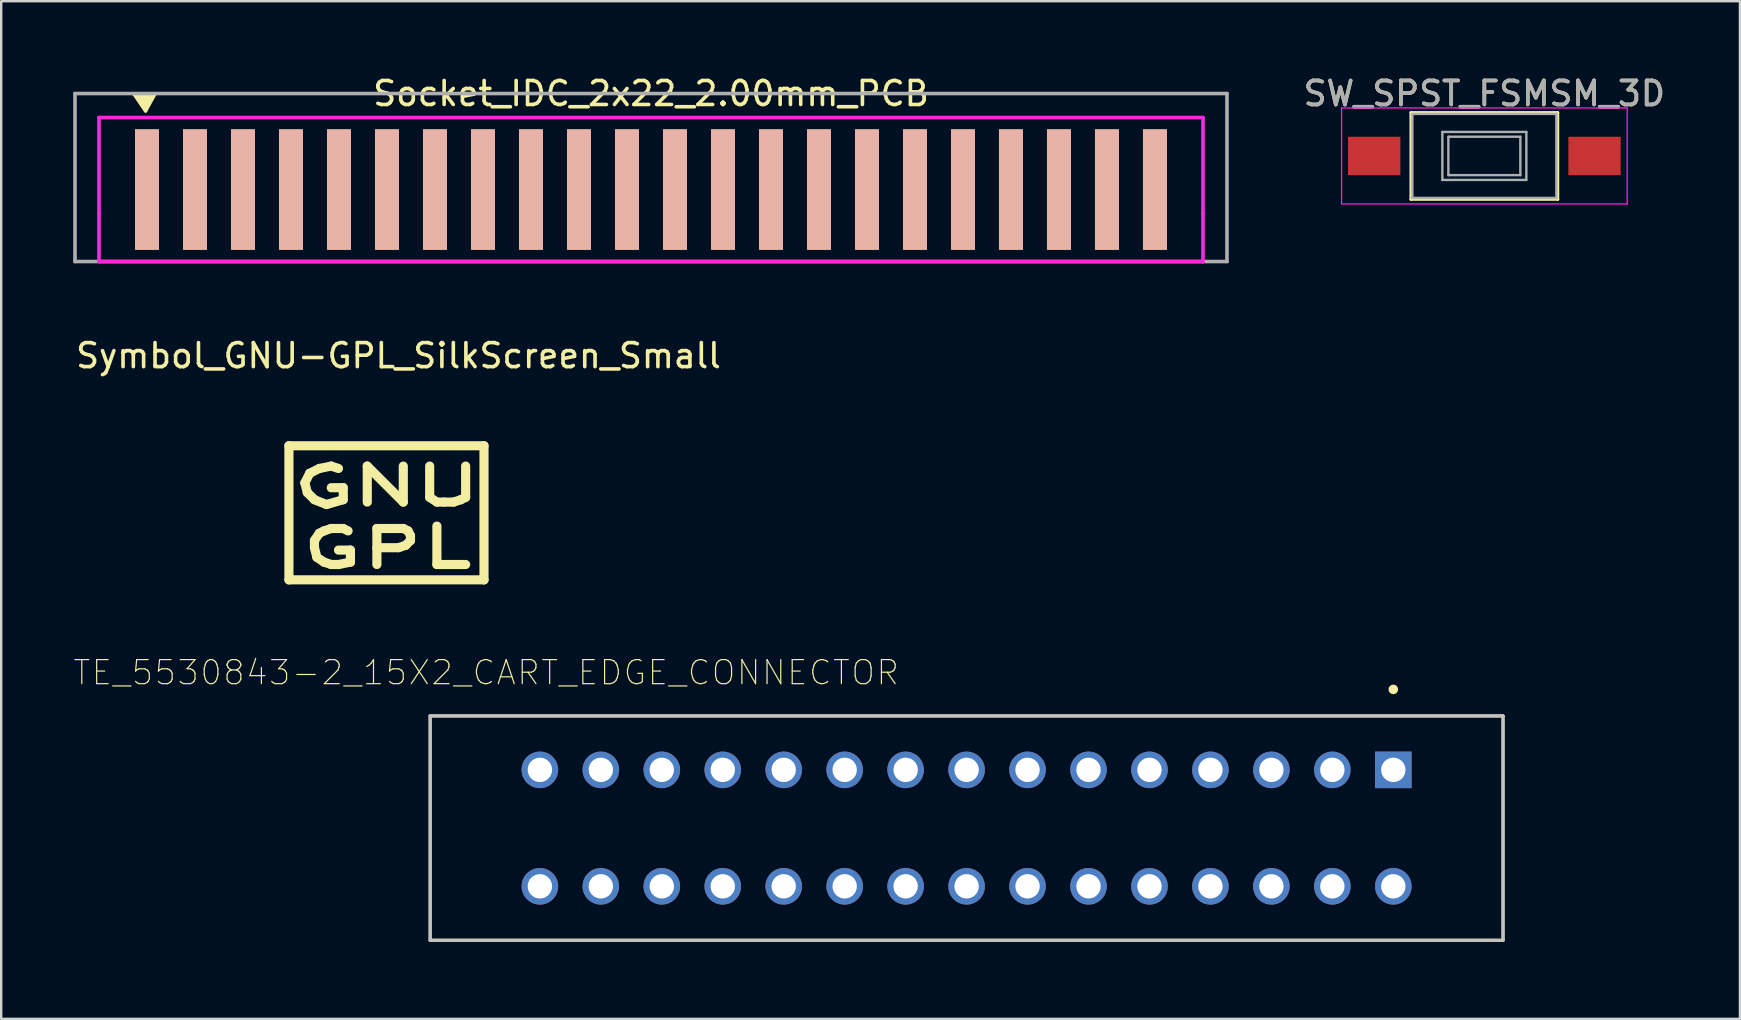
<source format=kicad_pcb>
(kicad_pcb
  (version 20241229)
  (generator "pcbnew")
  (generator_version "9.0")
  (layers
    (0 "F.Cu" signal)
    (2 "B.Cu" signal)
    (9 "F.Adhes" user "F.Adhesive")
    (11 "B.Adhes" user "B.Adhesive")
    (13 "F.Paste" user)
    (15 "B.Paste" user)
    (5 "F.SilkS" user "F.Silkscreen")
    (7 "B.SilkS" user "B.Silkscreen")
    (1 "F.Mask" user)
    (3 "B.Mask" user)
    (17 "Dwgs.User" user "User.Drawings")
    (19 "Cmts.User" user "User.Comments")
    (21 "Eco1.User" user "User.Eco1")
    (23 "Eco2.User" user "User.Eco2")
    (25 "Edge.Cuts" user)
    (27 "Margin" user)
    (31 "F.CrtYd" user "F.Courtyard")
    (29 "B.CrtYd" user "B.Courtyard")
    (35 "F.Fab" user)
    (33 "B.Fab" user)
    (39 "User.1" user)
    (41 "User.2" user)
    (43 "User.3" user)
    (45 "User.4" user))
  (footprint "SW_SPST_FSMSM_3D"
    (layer "F.Cu")
    (at 58.799 3.448)
    (property "Reference" "SW_SPST_FSMSM_3D" (at 0 -2.6 0) (layer "F.SilkS") (effects (font (size 1 1) (thickness 0.15))))
    (attr smd)
    (fp_line (start -3.06 -1.81) (end 3.06 -1.81) (stroke (width 0.12) (type solid)) (layer "F.SilkS"))
    (fp_line (start -3.06 1.81) (end -3.06 -1.81) (stroke (width 0.12) (type solid)) (layer "F.SilkS"))
    (fp_line (start 3.06 -1.81) (end 3.06 1.81) (stroke (width 0.12) (type solid)) (layer "F.SilkS"))
    (fp_line (start 3.06 1.81) (end -3.06 1.81) (stroke (width 0.12) (type solid)) (layer "F.SilkS"))
    (fp_line (start -5.95 -2) (end -5.95 2) (stroke (width 0.05) (type solid)) (layer "F.CrtYd"))
    (fp_line (start -5.95 -2) (end 5.95 -2) (stroke (width 0.05) (type solid)) (layer "F.CrtYd"))
    (fp_line (start -5.95 2) (end 5.95 2) (stroke (width 0.05) (type solid)) (layer "F.CrtYd"))
    (fp_line (start 5.95 -2) (end 5.95 2) (stroke (width 0.05) (type solid)) (layer "F.CrtYd"))
    (fp_line (start -3 -1.75) (end -3 1.75) (stroke (width 0.1) (type solid)) (layer "F.Fab"))
    (fp_line (start -3 -1.75) (end 3 -1.75) (stroke (width 0.1) (type solid)) (layer "F.Fab"))
    (fp_line (start -3 1.75) (end 3 1.75) (stroke (width 0.1) (type solid)) (layer "F.Fab"))
    (fp_line (start -1.75 -1) (end 1.75 -1) (stroke (width 0.1) (type solid)) (layer "F.Fab"))
    (fp_line (start -1.75 1) (end -1.75 -1) (stroke (width 0.1) (type solid)) (layer "F.Fab"))
    (fp_line (start -1.5 -0.8) (end -1.5 0.8) (stroke (width 0.1) (type solid)) (layer "F.Fab"))
    (fp_line (start -1.5 -0.8) (end 1.5 -0.8) (stroke (width 0.1) (type solid)) (layer "F.Fab"))
    (fp_line (start -1.5 0.8) (end 1.5 0.8) (stroke (width 0.1) (type solid)) (layer "F.Fab"))
    (fp_line (start 1.5 -0.8) (end 1.5 0.8) (stroke (width 0.1) (type solid)) (layer "F.Fab"))
    (fp_line (start 1.75 -1) (end 1.75 1) (stroke (width 0.1) (type solid)) (layer "F.Fab"))
    (fp_line (start 1.75 1) (end -1.75 1) (stroke (width 0.1) (type solid)) (layer "F.Fab"))
    (fp_line (start 3 -1.75) (end 3 1.75) (stroke (width 0.1) (type solid)) (layer "F.Fab"))
    (fp_text user "${REFERENCE}" (at 0 -2.6 0) (layer "F.Fab") (effects (font (size 1 1) (thickness 0.15))))
    (pad "1" smd rect (at -4.59 0) (size 2.18 1.6) (layers "F.Cu" "F.Mask" "F.Paste"))
    (pad "2" smd rect (at 4.59 0) (size 2.18 1.6) (layers "F.Cu" "F.Mask" "F.Paste")))
  (footprint "Socket_IDC_2x22_2.00mm_PCB"
    (layer "F.Cu")
    (at 24.075 5.848)
    (property "Reference" "Socket_IDC_2x22_2.00mm_PCB" (at 0 -5 0) (layer "F.SilkS") (effects (font (size 1 1) (thickness 0.15))))
    (attr through_hole)
    (fp_line (start -21.53 -4.97) (end -20.68 -4.97) (stroke (width 0.15) (type solid)) (layer "F.SilkS"))
    (fp_line (start -21.36 -4.89) (end -21.07 -4.49) (stroke (width 0.15) (type solid)) (layer "F.SilkS"))
    (fp_line (start -21.22 -4.88) (end -21.05 -4.69) (stroke (width 0.15) (type solid)) (layer "F.SilkS"))
    (fp_line (start -21.07 -4.49) (end -20.86 -4.86) (stroke (width 0.15) (type solid)) (layer "F.SilkS"))
    (fp_line (start -21.06 -4.28) (end -21.53 -4.97) (stroke (width 0.15) (type solid)) (layer "F.SilkS"))
    (fp_line (start -21.05 -4.69) (end -21.03 -4.78) (stroke (width 0.15) (type solid)) (layer "F.SilkS"))
    (fp_line (start -20.86 -4.86) (end -21.22 -4.88) (stroke (width 0.15) (type solid)) (layer "F.SilkS"))
    (fp_line (start -20.68 -4.97) (end -21.06 -4.28) (stroke (width 0.15) (type solid)) (layer "F.SilkS"))
    (fp_line (start -23 -4) (end 23 -4) (stroke (width 0.15) (type solid)) (layer "F.CrtYd"))
    (fp_line (start -23 0) (end -23 -4) (stroke (width 0.15) (type solid)) (layer "F.CrtYd"))
    (fp_line (start -23 0) (end -23 2) (stroke (width 0.15) (type solid)) (layer "F.CrtYd"))
    (fp_line (start -23 2) (end 23 2) (stroke (width 0.15) (type solid)) (layer "F.CrtYd"))
    (fp_line (start 23 -4) (end 23 0) (stroke (width 0.15) (type solid)) (layer "F.CrtYd"))
    (fp_line (start 23 2) (end 23 0) (stroke (width 0.15) (type solid)) (layer "F.CrtYd"))
    (fp_line (start -24 -5) (end 24 -5) (stroke (width 0.15) (type solid)) (layer "F.Fab"))
    (fp_line (start -24 2) (end -24 -5) (stroke (width 0.15) (type solid)) (layer "F.Fab"))
    (fp_line (start 24 -5) (end 24 2) (stroke (width 0.15) (type solid)) (layer "F.Fab"))
    (fp_line (start 24 2) (end -24 2) (stroke (width 0.15) (type solid)) (layer "F.Fab"))
    (pad "1" connect rect (at -21 -1) (size 1 5) (layers "F.Cu" "F.Mask" "F.SilkS"))
    (pad "2" connect rect (at -21 -1) (size 1 5) (layers "B.Cu" "B.Mask" "B.SilkS"))
    (pad "3" connect rect (at -19 -1) (size 1 5) (layers "F.Cu" "F.Mask" "F.SilkS"))
    (pad "4" connect rect (at -19 -1) (size 1 5) (layers "B.Cu" "B.Mask" "B.SilkS"))
    (pad "5" connect rect (at -17 -1) (size 1 5) (layers "F.Cu" "F.Mask" "F.SilkS"))
    (pad "6" connect rect (at -17 -1) (size 1 5) (layers "B.Cu" "B.Mask" "B.SilkS"))
    (pad "7" connect rect (at -15 -1) (size 1 5) (layers "F.Cu" "F.Mask" "F.SilkS"))
    (pad "8" connect rect (at -15 -1) (size 1 5) (layers "B.Cu" "B.Mask" "B.SilkS"))
    (pad "9" connect rect (at -13 -1) (size 1 5) (layers "F.Cu" "F.Mask" "F.SilkS"))
    (pad "10" connect rect (at -13 -1) (size 1 5) (layers "B.Cu" "B.Mask" "B.SilkS"))
    (pad "11" connect rect (at -11 -1) (size 1 5) (layers "F.Cu" "F.Mask" "F.SilkS"))
    (pad "12" connect rect (at -11 -1) (size 1 5) (layers "B.Cu" "B.Mask" "B.SilkS"))
    (pad "13" connect rect (at -9 -1) (size 1 5) (layers "F.Cu" "F.Mask" "F.SilkS"))
    (pad "14" connect rect (at -9 -1) (size 1 5) (layers "B.Cu" "B.Mask" "B.SilkS"))
    (pad "15" connect rect (at -7 -1) (size 1 5) (layers "F.Cu" "F.Mask" "F.SilkS"))
    (pad "16" connect rect (at -7 -1) (size 1 5) (layers "B.Cu" "B.Mask" "B.SilkS"))
    (pad "17" connect rect (at -5 -1) (size 1 5) (layers "F.Cu" "F.Mask" "F.SilkS"))
    (pad "18" connect rect (at -5 -1) (size 1 5) (layers "B.Cu" "B.Mask" "B.SilkS"))
    (pad "19" connect rect (at -3 -1) (size 1 5) (layers "F.Cu" "F.Mask" "F.SilkS"))
    (pad "20" connect rect (at -3 -1) (size 1 5) (layers "B.Cu" "B.Mask" "B.SilkS"))
    (pad "21" connect rect (at -1 -1) (size 1 5) (layers "F.Cu" "F.Mask" "F.SilkS"))
    (pad "22" connect rect (at -1 -1) (size 1 5) (layers "B.Cu" "B.Mask" "B.SilkS"))
    (pad "23" connect rect (at 1 -1) (size 1 5) (layers "F.Cu" "F.Mask" "F.SilkS"))
    (pad "24" connect rect (at 1 -1) (size 1 5) (layers "B.Cu" "B.Mask" "B.SilkS"))
    (pad "25" connect rect (at 3 -1) (size 1 5) (layers "F.Cu" "F.Mask" "F.SilkS"))
    (pad "26" connect rect (at 3 -1) (size 1 5) (layers "B.Cu" "B.Mask" "B.SilkS"))
    (pad "27" connect rect (at 5 -1) (size 1 5) (layers "F.Cu" "F.Mask" "F.SilkS"))
    (pad "28" connect rect (at 5 -1) (size 1 5) (layers "B.Cu" "B.Mask" "B.SilkS"))
    (pad "29" connect rect (at 7 -1) (size 1 5) (layers "F.Cu" "F.Mask" "F.SilkS"))
    (pad "30" connect rect (at 7 -1) (size 1 5) (layers "B.Cu" "B.Mask" "B.SilkS"))
    (pad "31" connect rect (at 9 -1) (size 1 5) (layers "F.Cu" "F.Mask" "F.SilkS"))
    (pad "32" connect rect (at 9 -1) (size 1 5) (layers "B.Cu" "B.Mask" "B.SilkS"))
    (pad "33" connect rect (at 11 -1) (size 1 5) (layers "F.Cu" "F.Mask" "F.SilkS"))
    (pad "34" connect rect (at 11 -1) (size 1 5) (layers "B.Cu" "B.Mask" "B.SilkS"))
    (pad "35" connect rect (at 13 -1) (size 1 5) (layers "F.Cu" "F.Mask" "F.SilkS"))
    (pad "36" connect rect (at 13 -1) (size 1 5) (layers "B.Cu" "B.Mask" "B.SilkS"))
    (pad "37" connect rect (at 15 -1) (size 1 5) (layers "F.Cu" "F.Mask" "F.SilkS"))
    (pad "38" connect rect (at 15 -1) (size 1 5) (layers "B.Cu" "B.Mask" "B.SilkS"))
    (pad "39" connect rect (at 17 -1) (size 1 5) (layers "F.Cu" "F.Mask" "F.SilkS"))
    (pad "40" connect rect (at 17 -1) (size 1 5) (layers "B.Cu" "B.Mask" "B.SilkS"))
    (pad "41" connect rect (at 19 -1) (size 1 5) (layers "F.Cu" "F.Mask" "F.SilkS"))
    (pad "42" connect rect (at 19 -1) (size 1 5) (layers "B.Cu" "B.Mask" "B.SilkS"))
    (pad "43" connect rect (at 21 -1) (size 1 5) (layers "F.Cu" "F.Mask" "F.SilkS"))
    (pad "44" connect rect (at 21 -1) (size 1 5) (layers "B.Cu" "B.Mask" "B.SilkS")))
  (footprint "Symbol_GNU-GPL_SilkScreen_Small"
    (layer "F.Cu")
    (at 13.053 18.571)
    (property "Reference" "Symbol_GNU-GPL_SilkScreen_Small" (at 0.5 -6.8 0) (layer "F.SilkS") (effects (font (size 1 1) (thickness 0.15))))
    (attr through_hole)
    (fp_line (start -4.064 -3.048) (end 4.064 -3.048) (stroke (width 0.381) (type solid)) (layer "F.SilkS"))
    (fp_line (start -4.064 2.54) (end -4.064 -3.048) (stroke (width 0.381) (type solid)) (layer "F.SilkS"))
    (fp_line (start -3.401 -1.501) (end -3.299 -1.1) (stroke (width 0.381) (type solid)) (layer "F.SilkS"))
    (fp_line (start -3.299 -1.1) (end -3 -0.8) (stroke (width 0.381) (type solid)) (layer "F.SilkS"))
    (fp_line (start -3.2 -1.9) (end -3.401 -1.501) (stroke (width 0.381) (type solid)) (layer "F.SilkS"))
    (fp_line (start -3 -0.8) (end -2.499 -0.599) (stroke (width 0.381) (type solid)) (layer "F.SilkS"))
    (fp_line (start -3 0.899) (end -3 1.199) (stroke (width 0.381) (type solid)) (layer "F.SilkS"))
    (fp_line (start -3 1.199) (end -2.901 1.6) (stroke (width 0.381) (type solid)) (layer "F.SilkS"))
    (fp_line (start -2.901 1.6) (end -2.601 1.801) (stroke (width 0.381) (type solid)) (layer "F.SilkS"))
    (fp_line (start -2.799 -2.101) (end -3.2 -1.9) (stroke (width 0.381) (type solid)) (layer "F.SilkS"))
    (fp_line (start -2.799 0.599) (end -3 0.899) (stroke (width 0.381) (type solid)) (layer "F.SilkS"))
    (fp_line (start -2.601 0.5) (end -2.799 0.599) (stroke (width 0.381) (type solid)) (layer "F.SilkS"))
    (fp_line (start -2.601 1.801) (end -2.301 1.9) (stroke (width 0.381) (type solid)) (layer "F.SilkS"))
    (fp_line (start -2.499 -0.599) (end -1.801 -0.8) (stroke (width 0.381) (type solid)) (layer "F.SilkS"))
    (fp_line (start -2.301 -2.2) (end -2.799 -2.101) (stroke (width 0.381) (type solid)) (layer "F.SilkS"))
    (fp_line (start -2.301 0.399) (end -2.601 0.5) (stroke (width 0.381) (type solid)) (layer "F.SilkS"))
    (fp_line (start -2.301 1.9) (end -1.999 1.9) (stroke (width 0.381) (type solid)) (layer "F.SilkS"))
    (fp_line (start -1.999 -2.101) (end -2.301 -2.2) (stroke (width 0.381) (type solid)) (layer "F.SilkS"))
    (fp_line (start -1.999 1.9) (end -1.501 1.801) (stroke (width 0.381) (type solid)) (layer "F.SilkS"))
    (fp_line (start -1.801 -1.3) (end -2.301 -1.3) (stroke (width 0.381) (type solid)) (layer "F.SilkS"))
    (fp_line (start -1.801 -0.8) (end -1.801 -1.3) (stroke (width 0.381) (type solid)) (layer "F.SilkS"))
    (fp_line (start -1.801 0.399) (end -2.301 0.399) (stroke (width 0.381) (type solid)) (layer "F.SilkS"))
    (fp_line (start -1.6 0.5) (end -1.801 0.399) (stroke (width 0.381) (type solid)) (layer "F.SilkS"))
    (fp_line (start -1.501 1.3) (end -1.999 1.3) (stroke (width 0.381) (type solid)) (layer "F.SilkS"))
    (fp_line (start -1.501 1.801) (end -1.501 1.3) (stroke (width 0.381) (type solid)) (layer "F.SilkS"))
    (fp_line (start -0.8 -2.2) (end 0.701 -0.701) (stroke (width 0.381) (type solid)) (layer "F.SilkS"))
    (fp_line (start -0.8 -0.701) (end -0.8 -2.2) (stroke (width 0.381) (type solid)) (layer "F.SilkS"))
    (fp_line (start -0.399 0.399) (end 0.5 0.399) (stroke (width 0.381) (type solid)) (layer "F.SilkS"))
    (fp_line (start -0.399 1.9) (end -0.399 0.399) (stroke (width 0.381) (type solid)) (layer "F.SilkS"))
    (fp_line (start 0.5 0.399) (end 0.701 0.399) (stroke (width 0.381) (type solid)) (layer "F.SilkS"))
    (fp_line (start 0.5 1.199) (end -0.399 1.199) (stroke (width 0.381) (type solid)) (layer "F.SilkS"))
    (fp_line (start 0.701 -0.701) (end 0.701 -2.2) (stroke (width 0.381) (type solid)) (layer "F.SilkS"))
    (fp_line (start 0.701 0.399) (end 0.899 0.5) (stroke (width 0.381) (type solid)) (layer "F.SilkS"))
    (fp_line (start 0.8 1.1) (end 0.5 1.199) (stroke (width 0.381) (type solid)) (layer "F.SilkS"))
    (fp_line (start 0.899 0.5) (end 1.001 0.701) (stroke (width 0.381) (type solid)) (layer "F.SilkS"))
    (fp_line (start 1.001 0.701) (end 1.001 0.899) (stroke (width 0.381) (type solid)) (layer "F.SilkS"))
    (fp_line (start 1.001 0.899) (end 0.8 1.1) (stroke (width 0.381) (type solid)) (layer "F.SilkS"))
    (fp_line (start 1.801 -2.2) (end 1.801 -0.899) (stroke (width 0.381) (type solid)) (layer "F.SilkS"))
    (fp_line (start 1.801 -0.899) (end 2.101 -0.701) (stroke (width 0.381) (type solid)) (layer "F.SilkS"))
    (fp_line (start 2.101 -0.701) (end 2.4 -0.701) (stroke (width 0.381) (type solid)) (layer "F.SilkS"))
    (fp_line (start 2.101 0.3) (end 2.101 1.9) (stroke (width 0.381) (type solid)) (layer "F.SilkS"))
    (fp_line (start 2.101 1.9) (end 3.299 1.9) (stroke (width 0.381) (type solid)) (layer "F.SilkS"))
    (fp_line (start 2.4 -0.701) (end 2.799 -0.701) (stroke (width 0.381) (type solid)) (layer "F.SilkS"))
    (fp_line (start 2.799 -0.701) (end 3.099 -0.8) (stroke (width 0.381) (type solid)) (layer "F.SilkS"))
    (fp_line (start 3.099 -0.8) (end 3.299 -0.899) (stroke (width 0.381) (type solid)) (layer "F.SilkS"))
    (fp_line (start 3.299 -0.899) (end 3.299 -2.2) (stroke (width 0.381) (type solid)) (layer "F.SilkS"))
    (fp_line (start 4.064 -3.048) (end 4.064 2.54) (stroke (width 0.381) (type solid)) (layer "F.SilkS"))
    (fp_line (start 4.064 2.54) (end -4.064 2.54) (stroke (width 0.381) (type solid)) (layer "F.SilkS")))
  (footprint "TE_5530843-2_15X2_CART_EDGE_CONNECTOR"
    (layer "F.Cu")
    (at 37.225 31.454)
    (property "Reference" "TE_5530843-2_15X2_CART_EDGE_CONNECTOR" (at -20.017 -6.479 0) (layer "F.SilkS") (effects (font (size 1.001 1.001) (thickness 0.05))))
    (attr through_hole)
    (fp_line (start -22.352 -4.673) (end 22.352 -4.673) (stroke (width 0.127) (type solid)) (layer "F.SilkS"))
    (fp_line (start -22.352 4.674) (end -22.352 -4.673) (stroke (width 0.127) (type solid)) (layer "F.SilkS"))
    (fp_line (start 22.352 -4.673) (end 22.352 4.674) (stroke (width 0.127) (type solid)) (layer "F.SilkS"))
    (fp_line (start 22.352 4.674) (end -22.352 4.674) (stroke (width 0.127) (type solid)) (layer "F.SilkS"))
    (fp_circle (center 17.78 -5.779) (end 17.88 -5.779) (stroke (width 0.2) (type solid)) (fill no) (layer "F.SilkS"))
    (fp_line (start -22.352 -4.673) (end 22.352 -4.673) (stroke (width 0.127) (type solid)) (layer "Dwgs.User"))
    (fp_line (start -22.352 4.674) (end -22.352 -4.673) (stroke (width 0.127) (type solid)) (layer "Dwgs.User"))
    (fp_line (start 22.352 -4.673) (end 22.352 4.674) (stroke (width 0.127) (type solid)) (layer "Dwgs.User"))
    (fp_line (start 22.352 4.674) (end -22.352 4.674) (stroke (width 0.127) (type solid)) (layer "Dwgs.User"))
    (fp_line (start -22.602 -4.923) (end 22.602 -4.923) (stroke (width 0.05) (type solid)) (layer "Eco1.User"))
    (fp_line (start -22.602 4.924) (end -22.602 -4.923) (stroke (width 0.05) (type solid)) (layer "Eco1.User"))
    (fp_line (start 22.602 -4.923) (end 22.602 4.924) (stroke (width 0.05) (type solid)) (layer "Eco1.User"))
    (fp_line (start 22.602 4.924) (end -22.602 4.924) (stroke (width 0.05) (type solid)) (layer "Eco1.User"))
    (pad "1" thru_hole rect (at 17.78 -2.426) (size 1.524 1.524) (drill 1.016) (layers "*.Cu" "*.Mask"))
    (pad "2" thru_hole circle (at 15.24 -2.426) (size 1.524 1.524) (drill 1.016) (layers "*.Cu" "*.Mask"))
    (pad "3" thru_hole circle (at 12.7 -2.426) (size 1.524 1.524) (drill 1.016) (layers "*.Cu" "*.Mask"))
    (pad "4" thru_hole circle (at 10.16 -2.426) (size 1.524 1.524) (drill 1.016) (layers "*.Cu" "*.Mask"))
    (pad "5" thru_hole circle (at 7.62 -2.426) (size 1.524 1.524) (drill 1.016) (layers "*.Cu" "*.Mask"))
    (pad "6" thru_hole circle (at 5.08 -2.426) (size 1.524 1.524) (drill 1.016) (layers "*.Cu" "*.Mask"))
    (pad "7" thru_hole circle (at 2.54 -2.426) (size 1.524 1.524) (drill 1.016) (layers "*.Cu" "*.Mask"))
    (pad "8" thru_hole circle (at 0 -2.426) (size 1.524 1.524) (drill 1.016) (layers "*.Cu" "*.Mask"))
    (pad "9" thru_hole circle (at -2.54 -2.426) (size 1.524 1.524) (drill 1.016) (layers "*.Cu" "*.Mask"))
    (pad "10" thru_hole circle (at -5.08 -2.426) (size 1.524 1.524) (drill 1.016) (layers "*.Cu" "*.Mask"))
    (pad "11" thru_hole circle (at -7.62 -2.426) (size 1.524 1.524) (drill 1.016) (layers "*.Cu" "*.Mask"))
    (pad "12" thru_hole circle (at -10.16 -2.426) (size 1.524 1.524) (drill 1.016) (layers "*.Cu" "*.Mask"))
    (pad "13" thru_hole circle (at -12.7 -2.426) (size 1.524 1.524) (drill 1.016) (layers "*.Cu" "*.Mask"))
    (pad "14" thru_hole circle (at -15.24 -2.426) (size 1.524 1.524) (drill 1.016) (layers "*.Cu" "*.Mask"))
    (pad "15" thru_hole circle (at -17.78 -2.426) (size 1.524 1.524) (drill 1.016) (layers "*.Cu" "*.Mask"))
    (pad "A" thru_hole circle (at 17.78 2.426) (size 1.524 1.524) (drill 1.016) (layers "*.Cu" "*.Mask"))
    (pad "B" thru_hole circle (at 15.24 2.426) (size 1.524 1.524) (drill 1.016) (layers "*.Cu" "*.Mask"))
    (pad "C" thru_hole circle (at 12.7 2.426) (size 1.524 1.524) (drill 1.016) (layers "*.Cu" "*.Mask"))
    (pad "D" thru_hole circle (at 10.16 2.426) (size 1.524 1.524) (drill 1.016) (layers "*.Cu" "*.Mask"))
    (pad "E" thru_hole circle (at 7.62 2.426) (size 1.524 1.524) (drill 1.016) (layers "*.Cu" "*.Mask"))
    (pad "F" thru_hole circle (at 5.08 2.426) (size 1.524 1.524) (drill 1.016) (layers "*.Cu" "*.Mask"))
    (pad "H" thru_hole circle (at 2.54 2.426) (size 1.524 1.524) (drill 1.016) (layers "*.Cu" "*.Mask"))
    (pad "J" thru_hole circle (at 0 2.426) (size 1.524 1.524) (drill 1.016) (layers "*.Cu" "*.Mask"))
    (pad "K" thru_hole circle (at -2.54 2.426) (size 1.524 1.524) (drill 1.016) (layers "*.Cu" "*.Mask"))
    (pad "L" thru_hole circle (at -5.08 2.426) (size 1.524 1.524) (drill 1.016) (layers "*.Cu" "*.Mask"))
    (pad "M" thru_hole circle (at -7.62 2.426) (size 1.524 1.524) (drill 1.016) (layers "*.Cu" "*.Mask"))
    (pad "N" thru_hole circle (at -10.16 2.426) (size 1.524 1.524) (drill 1.016) (layers "*.Cu" "*.Mask"))
    (pad "P" thru_hole circle (at -12.7 2.426) (size 1.524 1.524) (drill 1.016) (layers "*.Cu" "*.Mask"))
    (pad "R" thru_hole circle (at -15.24 2.426) (size 1.524 1.524) (drill 1.016) (layers "*.Cu" "*.Mask"))
    (pad "S" thru_hole circle (at -17.78 2.426) (size 1.524 1.524) (drill 1.016) (layers "*.Cu" "*.Mask")))
  (gr_rect
    (start -3 -3)
    (end 69.448 39.402)
    (stroke (width 0.1) (type default))
    (fill no)
    (layer "Edge.Cuts")))
</source>
